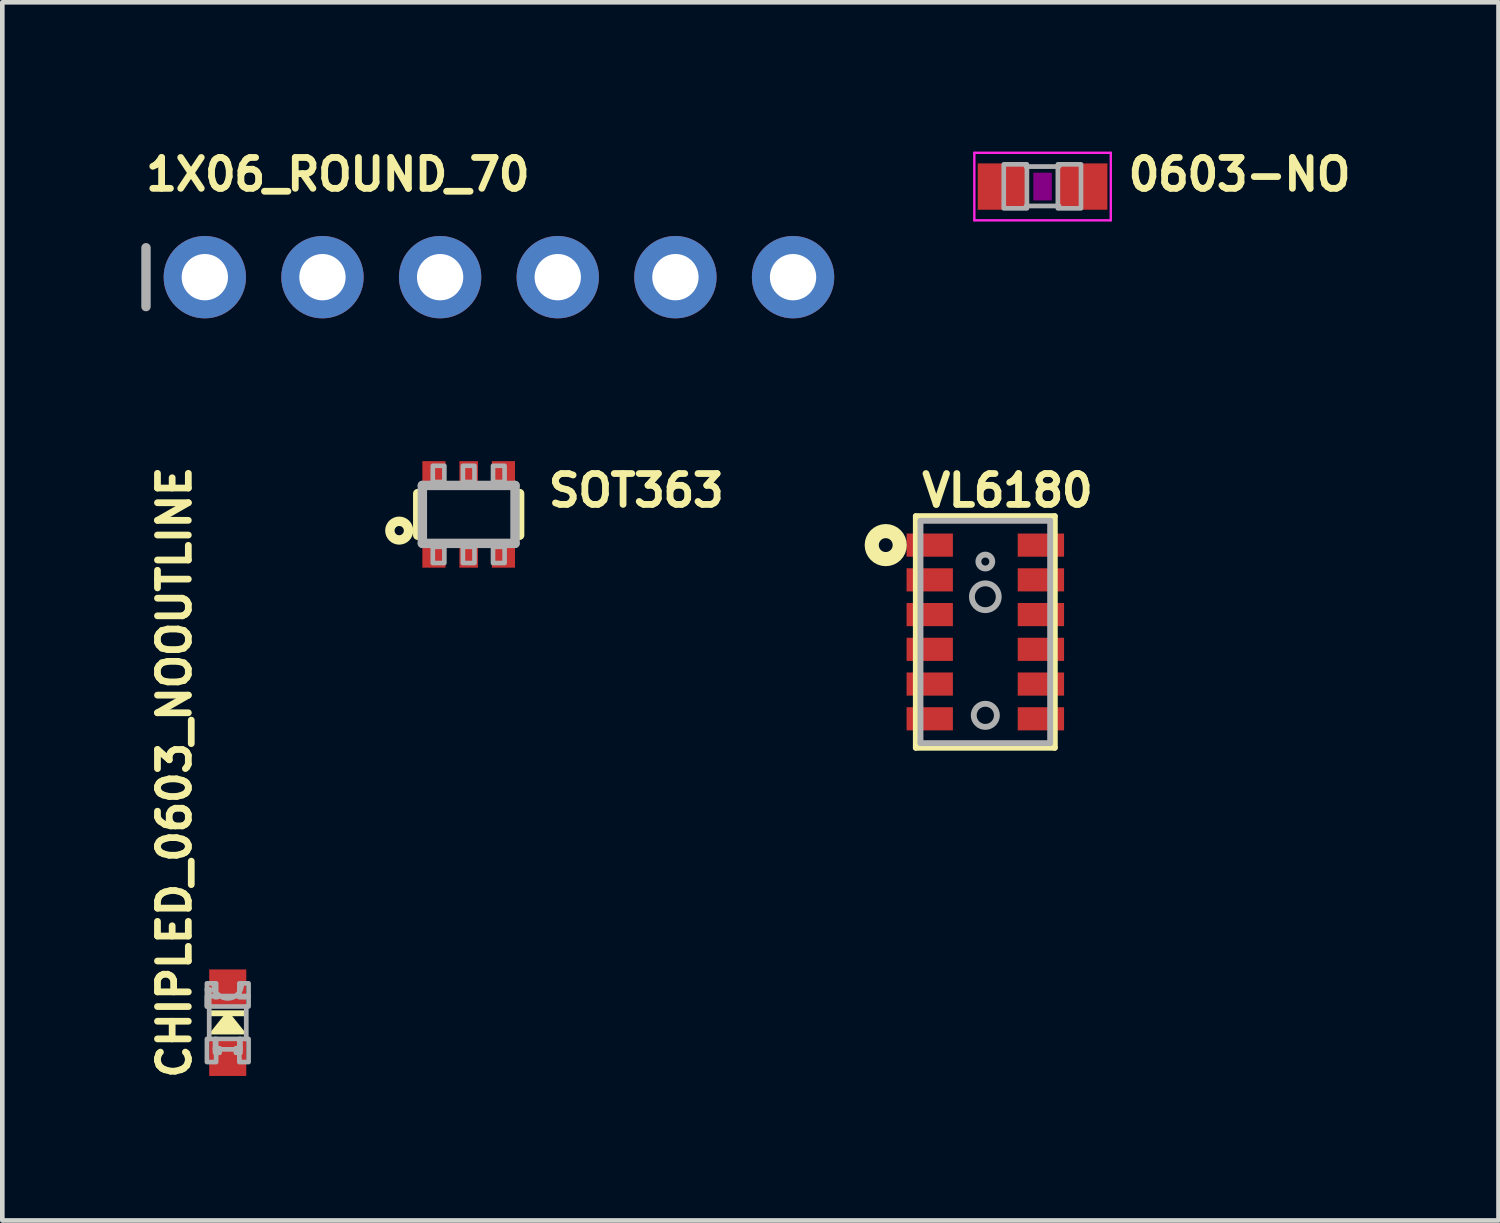
<source format=kicad_pcb>
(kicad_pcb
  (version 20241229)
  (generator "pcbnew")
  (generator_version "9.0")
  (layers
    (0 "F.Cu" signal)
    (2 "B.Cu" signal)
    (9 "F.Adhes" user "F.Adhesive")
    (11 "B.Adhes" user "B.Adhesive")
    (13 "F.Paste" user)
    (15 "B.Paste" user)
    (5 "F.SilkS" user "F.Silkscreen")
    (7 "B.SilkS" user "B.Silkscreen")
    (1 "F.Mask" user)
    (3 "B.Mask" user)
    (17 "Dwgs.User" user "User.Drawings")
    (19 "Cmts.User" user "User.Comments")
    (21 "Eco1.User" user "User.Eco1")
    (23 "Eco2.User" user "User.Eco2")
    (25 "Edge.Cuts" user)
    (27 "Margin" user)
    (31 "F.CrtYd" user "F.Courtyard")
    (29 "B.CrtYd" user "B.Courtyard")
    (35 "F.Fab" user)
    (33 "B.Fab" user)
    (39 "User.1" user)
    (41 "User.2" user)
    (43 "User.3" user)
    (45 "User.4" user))
  (footprint "VL6180"
    (layer "F.Cu")
    (at 18.223 10.594)
    (property "Reference" "VL6180" (at -1.441 -2.665 0) (layer "F.SilkS") (effects (font (size 0.666 0.666) (thickness 0.146)) (justify left bottom)))
    (fp_line (start -1.5 -2.5) (end 1.5 -2.5) (stroke (width 0.127) (type solid)) (layer "F.SilkS"))
    (fp_line (start -1.5 2.5) (end -1.5 -2.5) (stroke (width 0.127) (type solid)) (layer "F.SilkS"))
    (fp_line (start 1.5 -2.5) (end 1.5 2.5) (stroke (width 0.127) (type solid)) (layer "F.SilkS"))
    (fp_line (start 1.5 2.5) (end -1.5 2.5) (stroke (width 0.127) (type solid)) (layer "F.SilkS"))
    (fp_circle (center -2.15 -1.875) (end -2 -1.875) (stroke (width 0.305) (type solid)) (fill no) (layer "F.SilkS"))
    (fp_line (start -1.4 -2.4) (end -1.4 2.4) (stroke (width 0.127) (type solid)) (layer "F.Fab"))
    (fp_line (start -1.4 2.4) (end 1.4 2.4) (stroke (width 0.127) (type solid)) (layer "F.Fab"))
    (fp_line (start 1.4 -2.4) (end -1.4 -2.4) (stroke (width 0.127) (type solid)) (layer "F.Fab"))
    (fp_line (start 1.4 2.4) (end 1.4 -2.4) (stroke (width 0.127) (type solid)) (layer "F.Fab"))
    (fp_circle (center 0 -1.52) (end 0.15 -1.52) (stroke (width 0.127) (type solid)) (fill no) (layer "F.Fab"))
    (fp_circle (center 0 -0.76) (end 0.29 -0.76) (stroke (width 0.127) (type solid)) (fill no) (layer "F.Fab"))
    (fp_circle (center 0 1.8) (end 0.25 1.8) (stroke (width 0.127) (type solid)) (fill no) (layer "F.Fab"))
    (pad "1" smd rect (at -1.2 -1.875 270) (size 0.5 1) (layers "F.Cu" "F.Mask" "F.Paste"))
    (pad "2" smd rect (at -1.2 -1.125 270) (size 0.5 1) (layers "F.Cu" "F.Mask" "F.Paste"))
    (pad "3" smd rect (at -1.2 -0.375 270) (size 0.5 1) (layers "F.Cu" "F.Mask" "F.Paste"))
    (pad "4" smd rect (at -1.2 0.375 270) (size 0.5 1) (layers "F.Cu" "F.Mask" "F.Paste"))
    (pad "5" smd rect (at -1.2 1.125 270) (size 0.5 1) (layers "F.Cu" "F.Mask" "F.Paste"))
    (pad "6" smd rect (at -1.2 1.875 270) (size 0.5 1) (layers "F.Cu" "F.Mask" "F.Paste"))
    (pad "7" smd rect (at 1.2 1.875 270) (size 0.5 1) (layers "F.Cu" "F.Mask" "F.Paste"))
    (pad "8" smd rect (at 1.2 1.125 270) (size 0.5 1) (layers "F.Cu" "F.Mask" "F.Paste"))
    (pad "9" smd rect (at 1.2 0.375 270) (size 0.5 1) (layers "F.Cu" "F.Mask" "F.Paste"))
    (pad "10" smd rect (at 1.2 -0.375 270) (size 0.5 1) (layers "F.Cu" "F.Mask" "F.Paste"))
    (pad "11" smd rect (at 1.2 -1.125 270) (size 0.5 1) (layers "F.Cu" "F.Mask" "F.Paste"))
    (pad "12" smd rect (at 1.2 -1.875 270) (size 0.5 1) (layers "F.Cu" "F.Mask" "F.Paste")))
  (footprint "CHIPLED_0603_NOOUTLINE"
    (layer "F.Cu")
    (at 1.867 19.03)
    (property "Reference" "CHIPLED_0603_NOOUTLINE" (at -0.762 1.27 90) (layer "F.SilkS") (effects (font (size 0.666 0.666) (thickness 0.146)) (justify left bottom)))
    (fp_poly (pts (xy 0.413 0.254) (xy -0.413 0.254) (xy 0 -0.262)) (stroke (width 0) (type solid)) (fill yes) (layer "F.SilkS"))
    (fp_poly (pts (xy -0.381 -0.14) (xy 0.381 -0.14) (xy 0.381 -0.267) (xy -0.381 -0.267)) (stroke (width 0) (type solid)) (fill yes) (layer "F.SilkS"))
    (fp_line (start -0.4 -0.375) (end -0.4 0.35) (stroke (width 0.102) (type solid)) (layer "F.Fab"))
    (fp_line (start 0.4 -0.35) (end 0.4 0.35) (stroke (width 0.102) (type solid)) (layer "F.Fab"))
    (fp_arc (start -0.275 0.825) (mid 0 0.55) (end 0.275 0.825) (stroke (width 0.0508) (type solid)) (layer "F.Fab"))
    (fp_arc (start 0.3 -0.799998) (mid -0.000001 -0.524966) (end -0.3 -0.8) (stroke (width 0.1016) (type solid)) (layer "F.Fab"))
    (fp_circle (center -0.35 -0.625) (end -0.275 -0.625) (stroke (width 0.051) (type solid)) (fill no) (layer "F.Fab"))
    (fp_poly (pts (xy -0.45 -0.7) (xy -0.25 -0.7) (xy -0.25 -0.85) (xy -0.45 -0.85)) (stroke (width 0.1) (type solid)) (fill no) (layer "F.Fab"))
    (fp_poly (pts (xy -0.45 -0.35) (xy -0.4 -0.35) (xy -0.4 -0.725) (xy -0.45 -0.725)) (stroke (width 0.1) (type solid)) (fill no) (layer "F.Fab"))
    (fp_poly (pts (xy -0.45 -0.35) (xy 0.45 -0.35) (xy 0.45 -0.575) (xy -0.45 -0.575)) (stroke (width 0.1) (type solid)) (fill no) (layer "F.Fab"))
    (fp_poly (pts (xy -0.45 0.85) (xy -0.25 0.85) (xy -0.25 0.35) (xy -0.45 0.35)) (stroke (width 0.1) (type solid)) (fill no) (layer "F.Fab"))
    (fp_poly (pts (xy -0.275 -0.55) (xy -0.225 -0.55) (xy -0.225 -0.6) (xy -0.275 -0.6)) (stroke (width 0.1) (type solid)) (fill no) (layer "F.Fab"))
    (fp_poly (pts (xy -0.275 0.575) (xy 0.275 0.575) (xy 0.275 0.35) (xy -0.275 0.35)) (stroke (width 0.1) (type solid)) (fill no) (layer "F.Fab"))
    (fp_poly (pts (xy -0.275 0.65) (xy -0.175 0.65) (xy -0.175 0.55) (xy -0.275 0.55)) (stroke (width 0.1) (type solid)) (fill no) (layer "F.Fab"))
    (fp_poly (pts (xy 0.175 0.65) (xy 0.275 0.65) (xy 0.275 0.55) (xy 0.175 0.55)) (stroke (width 0.1) (type solid)) (fill no) (layer "F.Fab"))
    (fp_poly (pts (xy 0.25 -0.55) (xy 0.45 -0.55) (xy 0.45 -0.85) (xy 0.25 -0.85)) (stroke (width 0.1) (type solid)) (fill no) (layer "F.Fab"))
    (fp_poly (pts (xy 0.25 0.85) (xy 0.45 0.85) (xy 0.45 0.35) (xy 0.25 0.35)) (stroke (width 0.1) (type solid)) (fill no) (layer "F.Fab"))
    (pad "A" smd rect (at 0 0.75) (size 0.8 0.8) (layers "F.Cu" "F.Mask" "F.Paste"))
    (pad "C" smd rect (at 0 -0.75) (size 0.8 0.8) (layers "F.Cu" "F.Mask" "F.Paste")))
  (footprint "1X06_ROUND_70"
    (layer "F.Cu")
    (at 7.722 2.934)
    (property "Reference" "1X06_ROUND_70" (at -7.696 -1.829 0) (layer "F.SilkS") (effects (font (size 0.666 0.666) (thickness 0.146)) (justify left bottom)))
    (fp_line (start -7.62 -0.635) (end -7.62 0.635) (stroke (width 0.203) (type solid)) (layer "F.Fab"))
    (fp_poly (pts (xy -6.604 0.254) (xy -6.096 0.254) (xy -6.096 -0.254) (xy -6.604 -0.254)) (stroke (width 0.1) (type solid)) (fill no) (layer "F.Fab"))
    (fp_poly (pts (xy -4.064 0.254) (xy -3.556 0.254) (xy -3.556 -0.254) (xy -4.064 -0.254)) (stroke (width 0.1) (type solid)) (fill no) (layer "F.Fab"))
    (fp_poly (pts (xy -1.524 0.254) (xy -1.016 0.254) (xy -1.016 -0.254) (xy -1.524 -0.254)) (stroke (width 0.1) (type solid)) (fill no) (layer "F.Fab"))
    (fp_poly (pts (xy 1.016 0.254) (xy 1.524 0.254) (xy 1.524 -0.254) (xy 1.016 -0.254)) (stroke (width 0.1) (type solid)) (fill no) (layer "F.Fab"))
    (fp_poly (pts (xy 3.556 0.254) (xy 4.064 0.254) (xy 4.064 -0.254) (xy 3.556 -0.254)) (stroke (width 0.1) (type solid)) (fill no) (layer "F.Fab"))
    (fp_poly (pts (xy 6.096 0.254) (xy 6.604 0.254) (xy 6.604 -0.254) (xy 6.096 -0.254)) (stroke (width 0.1) (type solid)) (fill no) (layer "F.Fab"))
    (pad "1" thru_hole circle (at -6.35 0 90) (size 1.778 1.778) (drill 1) (layers "*.Cu" "*.Mask"))
    (pad "2" thru_hole circle (at -3.81 0 90) (size 1.778 1.778) (drill 1) (layers "*.Cu" "*.Mask"))
    (pad "3" thru_hole circle (at -1.27 0 90) (size 1.778 1.778) (drill 1) (layers "*.Cu" "*.Mask"))
    (pad "4" thru_hole circle (at 1.27 0 90) (size 1.778 1.778) (drill 1) (layers "*.Cu" "*.Mask"))
    (pad "5" thru_hole circle (at 3.81 0 90) (size 1.778 1.778) (drill 1) (layers "*.Cu" "*.Mask"))
    (pad "6" thru_hole circle (at 6.35 0 90) (size 1.778 1.778) (drill 1) (layers "*.Cu" "*.Mask")))
  (footprint "0603-NO"
    (layer "F.Cu")
    (at 19.459 0.978)
    (property "Reference" "0603-NO" (at 1.778 0.127 0) (layer "F.SilkS") (effects (font (size 0.666 0.666) (thickness 0.146)) (justify left bottom)))
    (fp_poly (pts (xy -0.2 0.3) (xy 0.2 0.3) (xy 0.2 -0.3) (xy -0.2 -0.3)) (stroke (width 0) (type solid)) (fill yes) (layer "F.Adhes"))
    (fp_line (start -1.473 -0.729) (end 1.473 -0.729) (stroke (width 0.051) (type solid)) (layer "F.CrtYd"))
    (fp_line (start -1.473 0.729) (end -1.473 -0.729) (stroke (width 0.051) (type solid)) (layer "F.CrtYd"))
    (fp_line (start 1.473 -0.729) (end 1.473 0.729) (stroke (width 0.051) (type solid)) (layer "F.CrtYd"))
    (fp_line (start 1.473 0.729) (end -1.473 0.729) (stroke (width 0.051) (type solid)) (layer "F.CrtYd"))
    (fp_line (start -0.356 -0.432) (end 0.356 -0.432) (stroke (width 0.102) (type solid)) (layer "F.Fab"))
    (fp_line (start -0.356 0.419) (end 0.356 0.419) (stroke (width 0.102) (type solid)) (layer "F.Fab"))
    (fp_poly (pts (xy -0.838 0.47) (xy -0.338 0.47) (xy -0.338 -0.48) (xy -0.838 -0.48)) (stroke (width 0.1) (type solid)) (fill no) (layer "F.Fab"))
    (fp_poly (pts (xy 0.33 0.47) (xy 0.83 0.47) (xy 0.83 -0.48) (xy 0.33 -0.48)) (stroke (width 0.1) (type solid)) (fill no) (layer "F.Fab"))
    (pad "1" smd rect (at -0.85 0) (size 1.1 1) (layers "F.Cu" "F.Mask" "F.Paste"))
    (pad "2" smd rect (at 0.85 0) (size 1.1 1) (layers "F.Cu" "F.Mask" "F.Paste")))
  (footprint "SOT363"
    (layer "F.Cu")
    (at 7.069 8.056)
    (property "Reference" "SOT363" (at 1.651 -0.127 0) (layer "F.SilkS") (effects (font (size 0.666 0.666) (thickness 0.146)) (justify left bottom)))
    (fp_line (start -1.1 -0.45) (end -1.1 0.45) (stroke (width 0.203) (type solid)) (layer "F.SilkS"))
    (fp_line (start 1.1 -0.45) (end 1.1 0.45) (stroke (width 0.203) (type solid)) (layer "F.SilkS"))
    (fp_circle (center -1.5 0.35) (end -1.4 0.35) (stroke (width 0.203) (type solid)) (fill no) (layer "F.SilkS"))
    (fp_line (start -1 -0.625) (end 1 -0.625) (stroke (width 0.203) (type solid)) (layer "F.Fab"))
    (fp_line (start -1 0.625) (end -1 -0.625) (stroke (width 0.203) (type solid)) (layer "F.Fab"))
    (fp_line (start 1 -0.625) (end 1 0.625) (stroke (width 0.203) (type solid)) (layer "F.Fab"))
    (fp_line (start 1 0.625) (end -1 0.625) (stroke (width 0.203) (type solid)) (layer "F.Fab"))
    (fp_poly (pts (xy -0.775 -0.7) (xy -0.525 -0.7) (xy -0.525 -1.05) (xy -0.775 -1.05)) (stroke (width 0.1) (type solid)) (fill no) (layer "F.Fab"))
    (fp_poly (pts (xy -0.775 1.05) (xy -0.525 1.05) (xy -0.525 0.7) (xy -0.775 0.7)) (stroke (width 0.1) (type solid)) (fill no) (layer "F.Fab"))
    (fp_poly (pts (xy -0.125 -0.7) (xy 0.125 -0.7) (xy 0.125 -1.05) (xy -0.125 -1.05)) (stroke (width 0.1) (type solid)) (fill no) (layer "F.Fab"))
    (fp_poly (pts (xy -0.125 1.05) (xy 0.125 1.05) (xy 0.125 0.7) (xy -0.125 0.7)) (stroke (width 0.1) (type solid)) (fill no) (layer "F.Fab"))
    (fp_poly (pts (xy 0.525 -0.7) (xy 0.775 -0.7) (xy 0.775 -1.05) (xy 0.525 -1.05)) (stroke (width 0.1) (type solid)) (fill no) (layer "F.Fab"))
    (fp_poly (pts (xy 0.525 1.05) (xy 0.775 1.05) (xy 0.775 0.7) (xy 0.525 0.7)) (stroke (width 0.1) (type solid)) (fill no) (layer "F.Fab"))
    (pad "1" smd rect (at -0.75 0.9) (size 0.5 0.5) (layers "F.Cu" "F.Mask" "F.Paste"))
    (pad "2" smd rect (at 0 0.9) (size 0.4 0.5) (layers "F.Cu" "F.Mask" "F.Paste"))
    (pad "3" smd rect (at 0.75 0.9) (size 0.5 0.5) (layers "F.Cu" "F.Mask" "F.Paste"))
    (pad "4" smd rect (at 0.75 -0.9) (size 0.5 0.5) (layers "F.Cu" "F.Mask" "F.Paste"))
    (pad "5" smd rect (at 0 -0.9) (size 0.4 0.5) (layers "F.Cu" "F.Mask" "F.Paste"))
    (pad "6" smd rect (at -0.75 -0.9) (size 0.5 0.5) (layers "F.Cu" "F.Mask" "F.Paste")))
  (gr_rect
    (start -3 -3)
    (end 29.303 23.3)
    (stroke (width 0.1) (type default))
    (fill no)
    (layer "Edge.Cuts")))
</source>
